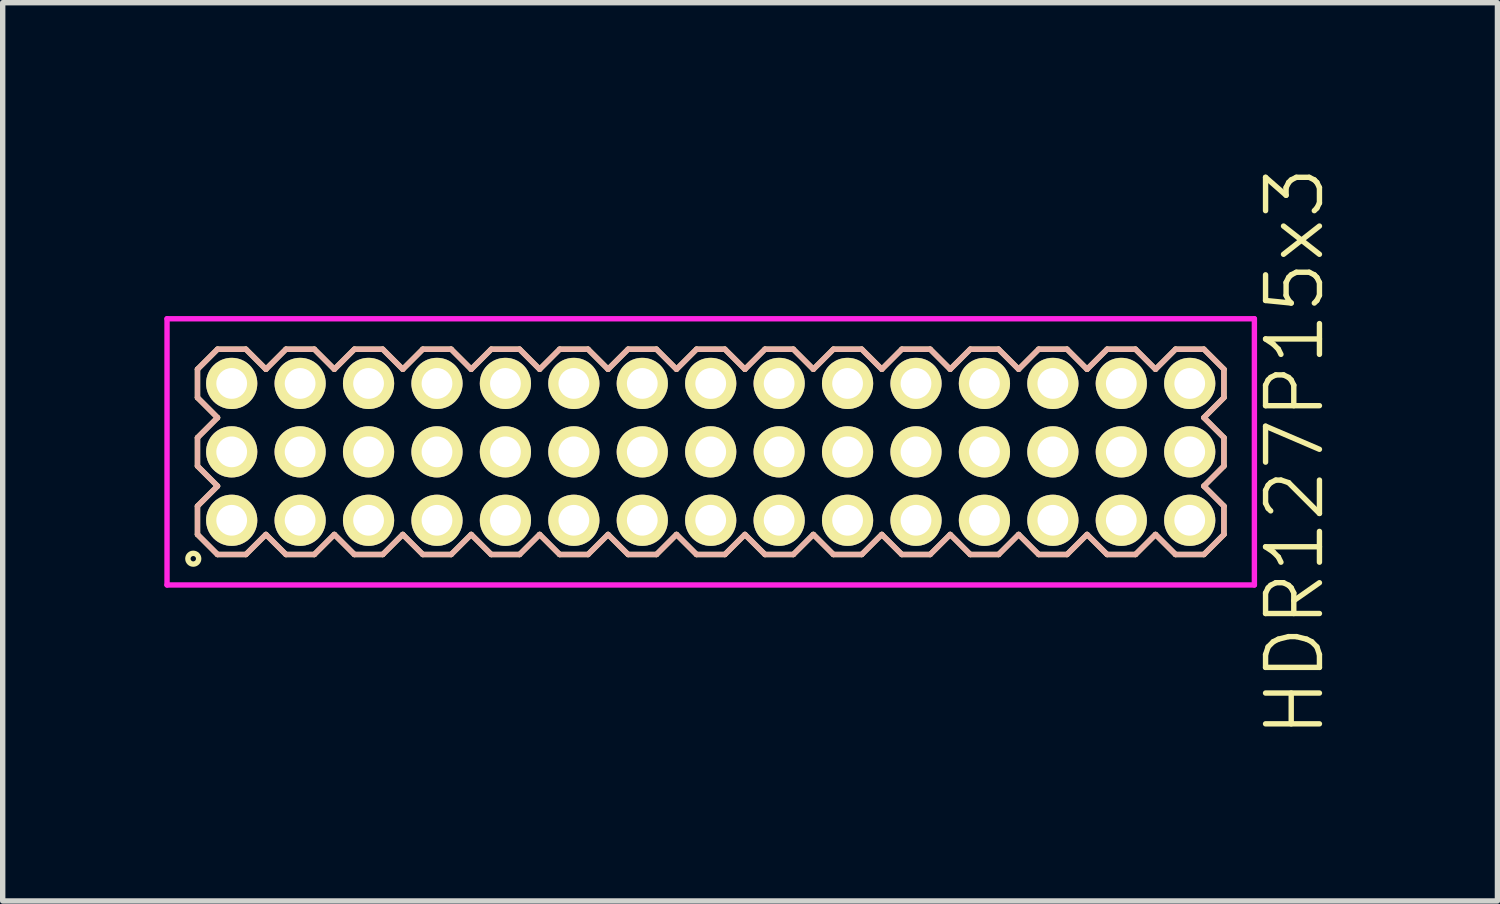
<source format=kicad_pcb>
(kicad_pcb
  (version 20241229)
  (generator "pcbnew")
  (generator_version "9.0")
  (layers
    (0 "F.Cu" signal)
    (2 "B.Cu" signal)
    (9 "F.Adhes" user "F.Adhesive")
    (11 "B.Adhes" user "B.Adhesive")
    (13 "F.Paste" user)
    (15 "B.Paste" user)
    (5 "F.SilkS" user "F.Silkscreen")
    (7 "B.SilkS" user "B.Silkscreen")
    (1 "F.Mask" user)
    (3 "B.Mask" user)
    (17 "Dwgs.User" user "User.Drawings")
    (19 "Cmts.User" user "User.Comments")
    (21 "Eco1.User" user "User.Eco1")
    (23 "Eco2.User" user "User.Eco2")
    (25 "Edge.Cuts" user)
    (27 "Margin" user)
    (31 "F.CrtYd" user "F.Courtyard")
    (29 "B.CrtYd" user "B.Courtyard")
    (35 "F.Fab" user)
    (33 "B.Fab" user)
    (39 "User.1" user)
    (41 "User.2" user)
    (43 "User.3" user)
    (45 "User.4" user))
  (footprint "HDR127P15x3"
    (layer "F.Cu")
    (at 10.14 5.336)
    (property "Reference" "HDR127P15x3" (at 10.84 0 90) (layer "F.SilkS") (effects (font (size 1 1) (thickness 0.1))))
    (attr through_hole)
    (fp_line (start -9.525 -1.533) (end -9.153 -1.905) (stroke (width 0.1) (type solid)) (layer "F.SilkS"))
    (fp_line (start -9.525 -1.007) (end -9.525 -1.533) (stroke (width 0.1) (type solid)) (layer "F.SilkS"))
    (fp_line (start -9.525 -0.263) (end -9.153 -0.635) (stroke (width 0.1) (type solid)) (layer "F.SilkS"))
    (fp_line (start -9.525 0.263) (end -9.525 -0.263) (stroke (width 0.1) (type solid)) (layer "F.SilkS"))
    (fp_line (start -9.525 1.007) (end -9.153 0.635) (stroke (width 0.1) (type solid)) (layer "F.SilkS"))
    (fp_line (start -9.525 1.533) (end -9.525 1.007) (stroke (width 0.1) (type solid)) (layer "F.SilkS"))
    (fp_line (start -9.153 -1.905) (end -8.627 -1.905) (stroke (width 0.1) (type solid)) (layer "F.SilkS"))
    (fp_line (start -9.153 -0.635) (end -9.525 -1.007) (stroke (width 0.1) (type solid)) (layer "F.SilkS"))
    (fp_line (start -9.153 0.635) (end -9.525 0.263) (stroke (width 0.1) (type solid)) (layer "F.SilkS"))
    (fp_line (start -9.153 1.905) (end -9.525 1.533) (stroke (width 0.1) (type solid)) (layer "F.SilkS"))
    (fp_line (start -8.627 -1.905) (end -8.255 -1.533) (stroke (width 0.1) (type solid)) (layer "F.SilkS"))
    (fp_line (start -8.627 1.905) (end -9.153 1.905) (stroke (width 0.1) (type solid)) (layer "F.SilkS"))
    (fp_line (start -8.255 -1.533) (end -7.883 -1.905) (stroke (width 0.1) (type solid)) (layer "F.SilkS"))
    (fp_line (start -8.255 1.533) (end -8.627 1.905) (stroke (width 0.1) (type solid)) (layer "F.SilkS"))
    (fp_line (start -7.883 -1.905) (end -7.357 -1.905) (stroke (width 0.1) (type solid)) (layer "F.SilkS"))
    (fp_line (start -7.883 1.905) (end -8.255 1.533) (stroke (width 0.1) (type solid)) (layer "F.SilkS"))
    (fp_line (start -7.357 -1.905) (end -6.985 -1.533) (stroke (width 0.1) (type solid)) (layer "F.SilkS"))
    (fp_line (start -7.357 1.905) (end -7.883 1.905) (stroke (width 0.1) (type solid)) (layer "F.SilkS"))
    (fp_line (start -6.985 -1.533) (end -6.613 -1.905) (stroke (width 0.1) (type solid)) (layer "F.SilkS"))
    (fp_line (start -6.985 1.533) (end -7.357 1.905) (stroke (width 0.1) (type solid)) (layer "F.SilkS"))
    (fp_line (start -6.613 -1.905) (end -6.087 -1.905) (stroke (width 0.1) (type solid)) (layer "F.SilkS"))
    (fp_line (start -6.613 1.905) (end -6.985 1.533) (stroke (width 0.1) (type solid)) (layer "F.SilkS"))
    (fp_line (start -6.087 -1.905) (end -5.715 -1.533) (stroke (width 0.1) (type solid)) (layer "F.SilkS"))
    (fp_line (start -6.087 1.905) (end -6.613 1.905) (stroke (width 0.1) (type solid)) (layer "F.SilkS"))
    (fp_line (start -5.715 -1.533) (end -5.343 -1.905) (stroke (width 0.1) (type solid)) (layer "F.SilkS"))
    (fp_line (start -5.715 1.533) (end -6.087 1.905) (stroke (width 0.1) (type solid)) (layer "F.SilkS"))
    (fp_line (start -5.343 -1.905) (end -4.817 -1.905) (stroke (width 0.1) (type solid)) (layer "F.SilkS"))
    (fp_line (start -5.343 1.905) (end -5.715 1.533) (stroke (width 0.1) (type solid)) (layer "F.SilkS"))
    (fp_line (start -4.817 -1.905) (end -4.445 -1.533) (stroke (width 0.1) (type solid)) (layer "F.SilkS"))
    (fp_line (start -4.817 1.905) (end -5.343 1.905) (stroke (width 0.1) (type solid)) (layer "F.SilkS"))
    (fp_line (start -4.445 -1.533) (end -4.073 -1.905) (stroke (width 0.1) (type solid)) (layer "F.SilkS"))
    (fp_line (start -4.445 1.533) (end -4.817 1.905) (stroke (width 0.1) (type solid)) (layer "F.SilkS"))
    (fp_line (start -4.073 -1.905) (end -3.547 -1.905) (stroke (width 0.1) (type solid)) (layer "F.SilkS"))
    (fp_line (start -4.073 1.905) (end -4.445 1.533) (stroke (width 0.1) (type solid)) (layer "F.SilkS"))
    (fp_line (start -3.547 -1.905) (end -3.175 -1.533) (stroke (width 0.1) (type solid)) (layer "F.SilkS"))
    (fp_line (start -3.547 1.905) (end -4.073 1.905) (stroke (width 0.1) (type solid)) (layer "F.SilkS"))
    (fp_line (start -3.175 -1.533) (end -2.803 -1.905) (stroke (width 0.1) (type solid)) (layer "F.SilkS"))
    (fp_line (start -3.175 1.533) (end -3.547 1.905) (stroke (width 0.1) (type solid)) (layer "F.SilkS"))
    (fp_line (start -2.803 -1.905) (end -2.277 -1.905) (stroke (width 0.1) (type solid)) (layer "F.SilkS"))
    (fp_line (start -2.803 1.905) (end -3.175 1.533) (stroke (width 0.1) (type solid)) (layer "F.SilkS"))
    (fp_line (start -2.277 -1.905) (end -1.905 -1.533) (stroke (width 0.1) (type solid)) (layer "F.SilkS"))
    (fp_line (start -2.277 1.905) (end -2.803 1.905) (stroke (width 0.1) (type solid)) (layer "F.SilkS"))
    (fp_line (start -1.905 -1.533) (end -1.533 -1.905) (stroke (width 0.1) (type solid)) (layer "F.SilkS"))
    (fp_line (start -1.905 1.533) (end -2.277 1.905) (stroke (width 0.1) (type solid)) (layer "F.SilkS"))
    (fp_line (start -1.533 -1.905) (end -1.007 -1.905) (stroke (width 0.1) (type solid)) (layer "F.SilkS"))
    (fp_line (start -1.533 1.905) (end -1.905 1.533) (stroke (width 0.1) (type solid)) (layer "F.SilkS"))
    (fp_line (start -1.007 -1.905) (end -0.635 -1.533) (stroke (width 0.1) (type solid)) (layer "F.SilkS"))
    (fp_line (start -1.007 1.905) (end -1.533 1.905) (stroke (width 0.1) (type solid)) (layer "F.SilkS"))
    (fp_line (start -0.635 -1.533) (end -0.263 -1.905) (stroke (width 0.1) (type solid)) (layer "F.SilkS"))
    (fp_line (start -0.635 1.533) (end -1.007 1.905) (stroke (width 0.1) (type solid)) (layer "F.SilkS"))
    (fp_line (start -0.263 -1.905) (end 0.263 -1.905) (stroke (width 0.1) (type solid)) (layer "F.SilkS"))
    (fp_line (start -0.263 1.905) (end -0.635 1.533) (stroke (width 0.1) (type solid)) (layer "F.SilkS"))
    (fp_line (start 0.263 -1.905) (end 0.635 -1.533) (stroke (width 0.1) (type solid)) (layer "F.SilkS"))
    (fp_line (start 0.263 1.905) (end -0.263 1.905) (stroke (width 0.1) (type solid)) (layer "F.SilkS"))
    (fp_line (start 0.635 -1.533) (end 1.007 -1.905) (stroke (width 0.1) (type solid)) (layer "F.SilkS"))
    (fp_line (start 0.635 1.533) (end 0.263 1.905) (stroke (width 0.1) (type solid)) (layer "F.SilkS"))
    (fp_line (start 1.007 -1.905) (end 1.533 -1.905) (stroke (width 0.1) (type solid)) (layer "F.SilkS"))
    (fp_line (start 1.007 1.905) (end 0.635 1.533) (stroke (width 0.1) (type solid)) (layer "F.SilkS"))
    (fp_line (start 1.533 -1.905) (end 1.905 -1.533) (stroke (width 0.1) (type solid)) (layer "F.SilkS"))
    (fp_line (start 1.533 1.905) (end 1.007 1.905) (stroke (width 0.1) (type solid)) (layer "F.SilkS"))
    (fp_line (start 1.905 -1.533) (end 2.277 -1.905) (stroke (width 0.1) (type solid)) (layer "F.SilkS"))
    (fp_line (start 1.905 1.533) (end 1.533 1.905) (stroke (width 0.1) (type solid)) (layer "F.SilkS"))
    (fp_line (start 2.277 -1.905) (end 2.803 -1.905) (stroke (width 0.1) (type solid)) (layer "F.SilkS"))
    (fp_line (start 2.277 1.905) (end 1.905 1.533) (stroke (width 0.1) (type solid)) (layer "F.SilkS"))
    (fp_line (start 2.803 -1.905) (end 3.175 -1.533) (stroke (width 0.1) (type solid)) (layer "F.SilkS"))
    (fp_line (start 2.803 1.905) (end 2.277 1.905) (stroke (width 0.1) (type solid)) (layer "F.SilkS"))
    (fp_line (start 3.175 -1.533) (end 3.547 -1.905) (stroke (width 0.1) (type solid)) (layer "F.SilkS"))
    (fp_line (start 3.175 1.533) (end 2.803 1.905) (stroke (width 0.1) (type solid)) (layer "F.SilkS"))
    (fp_line (start 3.547 -1.905) (end 4.073 -1.905) (stroke (width 0.1) (type solid)) (layer "F.SilkS"))
    (fp_line (start 3.547 1.905) (end 3.175 1.533) (stroke (width 0.1) (type solid)) (layer "F.SilkS"))
    (fp_line (start 4.073 -1.905) (end 4.445 -1.533) (stroke (width 0.1) (type solid)) (layer "F.SilkS"))
    (fp_line (start 4.073 1.905) (end 3.547 1.905) (stroke (width 0.1) (type solid)) (layer "F.SilkS"))
    (fp_line (start 4.445 -1.533) (end 4.817 -1.905) (stroke (width 0.1) (type solid)) (layer "F.SilkS"))
    (fp_line (start 4.445 1.533) (end 4.073 1.905) (stroke (width 0.1) (type solid)) (layer "F.SilkS"))
    (fp_line (start 4.817 -1.905) (end 5.343 -1.905) (stroke (width 0.1) (type solid)) (layer "F.SilkS"))
    (fp_line (start 4.817 1.905) (end 4.445 1.533) (stroke (width 0.1) (type solid)) (layer "F.SilkS"))
    (fp_line (start 5.343 -1.905) (end 5.715 -1.533) (stroke (width 0.1) (type solid)) (layer "F.SilkS"))
    (fp_line (start 5.343 1.905) (end 4.817 1.905) (stroke (width 0.1) (type solid)) (layer "F.SilkS"))
    (fp_line (start 5.715 -1.533) (end 6.087 -1.905) (stroke (width 0.1) (type solid)) (layer "F.SilkS"))
    (fp_line (start 5.715 1.533) (end 5.343 1.905) (stroke (width 0.1) (type solid)) (layer "F.SilkS"))
    (fp_line (start 6.087 -1.905) (end 6.613 -1.905) (stroke (width 0.1) (type solid)) (layer "F.SilkS"))
    (fp_line (start 6.087 1.905) (end 5.715 1.533) (stroke (width 0.1) (type solid)) (layer "F.SilkS"))
    (fp_line (start 6.613 -1.905) (end 6.985 -1.533) (stroke (width 0.1) (type solid)) (layer "F.SilkS"))
    (fp_line (start 6.613 1.905) (end 6.087 1.905) (stroke (width 0.1) (type solid)) (layer "F.SilkS"))
    (fp_line (start 6.985 -1.533) (end 7.357 -1.905) (stroke (width 0.1) (type solid)) (layer "F.SilkS"))
    (fp_line (start 6.985 1.533) (end 6.613 1.905) (stroke (width 0.1) (type solid)) (layer "F.SilkS"))
    (fp_line (start 7.357 -1.905) (end 7.883 -1.905) (stroke (width 0.1) (type solid)) (layer "F.SilkS"))
    (fp_line (start 7.357 1.905) (end 6.985 1.533) (stroke (width 0.1) (type solid)) (layer "F.SilkS"))
    (fp_line (start 7.883 -1.905) (end 8.255 -1.533) (stroke (width 0.1) (type solid)) (layer "F.SilkS"))
    (fp_line (start 7.883 1.905) (end 7.357 1.905) (stroke (width 0.1) (type solid)) (layer "F.SilkS"))
    (fp_line (start 8.255 -1.533) (end 8.627 -1.905) (stroke (width 0.1) (type solid)) (layer "F.SilkS"))
    (fp_line (start 8.255 1.533) (end 7.883 1.905) (stroke (width 0.1) (type solid)) (layer "F.SilkS"))
    (fp_line (start 8.627 -1.905) (end 9.153 -1.905) (stroke (width 0.1) (type solid)) (layer "F.SilkS"))
    (fp_line (start 8.627 1.905) (end 8.255 1.533) (stroke (width 0.1) (type solid)) (layer "F.SilkS"))
    (fp_line (start 9.153 -1.905) (end 9.525 -1.533) (stroke (width 0.1) (type solid)) (layer "F.SilkS"))
    (fp_line (start 9.153 -0.635) (end 9.525 -0.263) (stroke (width 0.1) (type solid)) (layer "F.SilkS"))
    (fp_line (start 9.153 0.635) (end 9.525 1.007) (stroke (width 0.1) (type solid)) (layer "F.SilkS"))
    (fp_line (start 9.153 1.905) (end 8.627 1.905) (stroke (width 0.1) (type solid)) (layer "F.SilkS"))
    (fp_line (start 9.525 -1.533) (end 9.525 -1.007) (stroke (width 0.1) (type solid)) (layer "F.SilkS"))
    (fp_line (start 9.525 -1.007) (end 9.153 -0.635) (stroke (width 0.1) (type solid)) (layer "F.SilkS"))
    (fp_line (start 9.525 -0.263) (end 9.525 0.263) (stroke (width 0.1) (type solid)) (layer "F.SilkS"))
    (fp_line (start 9.525 0.263) (end 9.153 0.635) (stroke (width 0.1) (type solid)) (layer "F.SilkS"))
    (fp_line (start 9.525 1.007) (end 9.525 1.533) (stroke (width 0.1) (type solid)) (layer "F.SilkS"))
    (fp_line (start 9.525 1.533) (end 9.153 1.905) (stroke (width 0.1) (type solid)) (layer "F.SilkS"))
    (fp_circle (center -9.603 1.983) (end -9.503 1.983) (stroke (width 0.1) (type solid)) (fill no) (layer "F.SilkS"))
    (fp_line (start -9.525 -1.533) (end -9.153 -1.905) (stroke (width 0.1) (type solid)) (layer "B.SilkS"))
    (fp_line (start -9.525 -1.007) (end -9.525 -1.533) (stroke (width 0.1) (type solid)) (layer "B.SilkS"))
    (fp_line (start -9.525 -0.263) (end -9.153 -0.635) (stroke (width 0.1) (type solid)) (layer "B.SilkS"))
    (fp_line (start -9.525 0.263) (end -9.525 -0.263) (stroke (width 0.1) (type solid)) (layer "B.SilkS"))
    (fp_line (start -9.525 1.007) (end -9.153 0.635) (stroke (width 0.1) (type solid)) (layer "B.SilkS"))
    (fp_line (start -9.525 1.533) (end -9.525 1.007) (stroke (width 0.1) (type solid)) (layer "B.SilkS"))
    (fp_line (start -9.153 -1.905) (end -8.627 -1.905) (stroke (width 0.1) (type solid)) (layer "B.SilkS"))
    (fp_line (start -9.153 -0.635) (end -9.525 -1.007) (stroke (width 0.1) (type solid)) (layer "B.SilkS"))
    (fp_line (start -9.153 0.635) (end -9.525 0.263) (stroke (width 0.1) (type solid)) (layer "B.SilkS"))
    (fp_line (start -9.153 1.905) (end -9.525 1.533) (stroke (width 0.1) (type solid)) (layer "B.SilkS"))
    (fp_line (start -8.627 -1.905) (end -8.255 -1.533) (stroke (width 0.1) (type solid)) (layer "B.SilkS"))
    (fp_line (start -8.627 1.905) (end -9.153 1.905) (stroke (width 0.1) (type solid)) (layer "B.SilkS"))
    (fp_line (start -8.255 -1.533) (end -7.883 -1.905) (stroke (width 0.1) (type solid)) (layer "B.SilkS"))
    (fp_line (start -8.255 1.533) (end -8.627 1.905) (stroke (width 0.1) (type solid)) (layer "B.SilkS"))
    (fp_line (start -7.883 -1.905) (end -7.357 -1.905) (stroke (width 0.1) (type solid)) (layer "B.SilkS"))
    (fp_line (start -7.883 1.905) (end -8.255 1.533) (stroke (width 0.1) (type solid)) (layer "B.SilkS"))
    (fp_line (start -7.357 -1.905) (end -6.985 -1.533) (stroke (width 0.1) (type solid)) (layer "B.SilkS"))
    (fp_line (start -7.357 1.905) (end -7.883 1.905) (stroke (width 0.1) (type solid)) (layer "B.SilkS"))
    (fp_line (start -6.985 -1.533) (end -6.613 -1.905) (stroke (width 0.1) (type solid)) (layer "B.SilkS"))
    (fp_line (start -6.985 1.533) (end -7.357 1.905) (stroke (width 0.1) (type solid)) (layer "B.SilkS"))
    (fp_line (start -6.613 -1.905) (end -6.087 -1.905) (stroke (width 0.1) (type solid)) (layer "B.SilkS"))
    (fp_line (start -6.613 1.905) (end -6.985 1.533) (stroke (width 0.1) (type solid)) (layer "B.SilkS"))
    (fp_line (start -6.087 -1.905) (end -5.715 -1.533) (stroke (width 0.1) (type solid)) (layer "B.SilkS"))
    (fp_line (start -6.087 1.905) (end -6.613 1.905) (stroke (width 0.1) (type solid)) (layer "B.SilkS"))
    (fp_line (start -5.715 -1.533) (end -5.343 -1.905) (stroke (width 0.1) (type solid)) (layer "B.SilkS"))
    (fp_line (start -5.715 1.533) (end -6.087 1.905) (stroke (width 0.1) (type solid)) (layer "B.SilkS"))
    (fp_line (start -5.343 -1.905) (end -4.817 -1.905) (stroke (width 0.1) (type solid)) (layer "B.SilkS"))
    (fp_line (start -5.343 1.905) (end -5.715 1.533) (stroke (width 0.1) (type solid)) (layer "B.SilkS"))
    (fp_line (start -4.817 -1.905) (end -4.445 -1.533) (stroke (width 0.1) (type solid)) (layer "B.SilkS"))
    (fp_line (start -4.817 1.905) (end -5.343 1.905) (stroke (width 0.1) (type solid)) (layer "B.SilkS"))
    (fp_line (start -4.445 -1.533) (end -4.073 -1.905) (stroke (width 0.1) (type solid)) (layer "B.SilkS"))
    (fp_line (start -4.445 1.533) (end -4.817 1.905) (stroke (width 0.1) (type solid)) (layer "B.SilkS"))
    (fp_line (start -4.073 -1.905) (end -3.547 -1.905) (stroke (width 0.1) (type solid)) (layer "B.SilkS"))
    (fp_line (start -4.073 1.905) (end -4.445 1.533) (stroke (width 0.1) (type solid)) (layer "B.SilkS"))
    (fp_line (start -3.547 -1.905) (end -3.175 -1.533) (stroke (width 0.1) (type solid)) (layer "B.SilkS"))
    (fp_line (start -3.547 1.905) (end -4.073 1.905) (stroke (width 0.1) (type solid)) (layer "B.SilkS"))
    (fp_line (start -3.175 -1.533) (end -2.803 -1.905) (stroke (width 0.1) (type solid)) (layer "B.SilkS"))
    (fp_line (start -3.175 1.533) (end -3.547 1.905) (stroke (width 0.1) (type solid)) (layer "B.SilkS"))
    (fp_line (start -2.803 -1.905) (end -2.277 -1.905) (stroke (width 0.1) (type solid)) (layer "B.SilkS"))
    (fp_line (start -2.803 1.905) (end -3.175 1.533) (stroke (width 0.1) (type solid)) (layer "B.SilkS"))
    (fp_line (start -2.277 -1.905) (end -1.905 -1.533) (stroke (width 0.1) (type solid)) (layer "B.SilkS"))
    (fp_line (start -2.277 1.905) (end -2.803 1.905) (stroke (width 0.1) (type solid)) (layer "B.SilkS"))
    (fp_line (start -1.905 -1.533) (end -1.533 -1.905) (stroke (width 0.1) (type solid)) (layer "B.SilkS"))
    (fp_line (start -1.905 1.533) (end -2.277 1.905) (stroke (width 0.1) (type solid)) (layer "B.SilkS"))
    (fp_line (start -1.533 -1.905) (end -1.007 -1.905) (stroke (width 0.1) (type solid)) (layer "B.SilkS"))
    (fp_line (start -1.533 1.905) (end -1.905 1.533) (stroke (width 0.1) (type solid)) (layer "B.SilkS"))
    (fp_line (start -1.007 -1.905) (end -0.635 -1.533) (stroke (width 0.1) (type solid)) (layer "B.SilkS"))
    (fp_line (start -1.007 1.905) (end -1.533 1.905) (stroke (width 0.1) (type solid)) (layer "B.SilkS"))
    (fp_line (start -0.635 -1.533) (end -0.263 -1.905) (stroke (width 0.1) (type solid)) (layer "B.SilkS"))
    (fp_line (start -0.635 1.533) (end -1.007 1.905) (stroke (width 0.1) (type solid)) (layer "B.SilkS"))
    (fp_line (start -0.263 -1.905) (end 0.263 -1.905) (stroke (width 0.1) (type solid)) (layer "B.SilkS"))
    (fp_line (start -0.263 1.905) (end -0.635 1.533) (stroke (width 0.1) (type solid)) (layer "B.SilkS"))
    (fp_line (start 0.263 -1.905) (end 0.635 -1.533) (stroke (width 0.1) (type solid)) (layer "B.SilkS"))
    (fp_line (start 0.263 1.905) (end -0.263 1.905) (stroke (width 0.1) (type solid)) (layer "B.SilkS"))
    (fp_line (start 0.635 -1.533) (end 1.007 -1.905) (stroke (width 0.1) (type solid)) (layer "B.SilkS"))
    (fp_line (start 0.635 1.533) (end 0.263 1.905) (stroke (width 0.1) (type solid)) (layer "B.SilkS"))
    (fp_line (start 1.007 -1.905) (end 1.533 -1.905) (stroke (width 0.1) (type solid)) (layer "B.SilkS"))
    (fp_line (start 1.007 1.905) (end 0.635 1.533) (stroke (width 0.1) (type solid)) (layer "B.SilkS"))
    (fp_line (start 1.533 -1.905) (end 1.905 -1.533) (stroke (width 0.1) (type solid)) (layer "B.SilkS"))
    (fp_line (start 1.533 1.905) (end 1.007 1.905) (stroke (width 0.1) (type solid)) (layer "B.SilkS"))
    (fp_line (start 1.905 -1.533) (end 2.277 -1.905) (stroke (width 0.1) (type solid)) (layer "B.SilkS"))
    (fp_line (start 1.905 1.533) (end 1.533 1.905) (stroke (width 0.1) (type solid)) (layer "B.SilkS"))
    (fp_line (start 2.277 -1.905) (end 2.803 -1.905) (stroke (width 0.1) (type solid)) (layer "B.SilkS"))
    (fp_line (start 2.277 1.905) (end 1.905 1.533) (stroke (width 0.1) (type solid)) (layer "B.SilkS"))
    (fp_line (start 2.803 -1.905) (end 3.175 -1.533) (stroke (width 0.1) (type solid)) (layer "B.SilkS"))
    (fp_line (start 2.803 1.905) (end 2.277 1.905) (stroke (width 0.1) (type solid)) (layer "B.SilkS"))
    (fp_line (start 3.175 -1.533) (end 3.547 -1.905) (stroke (width 0.1) (type solid)) (layer "B.SilkS"))
    (fp_line (start 3.175 1.533) (end 2.803 1.905) (stroke (width 0.1) (type solid)) (layer "B.SilkS"))
    (fp_line (start 3.547 -1.905) (end 4.073 -1.905) (stroke (width 0.1) (type solid)) (layer "B.SilkS"))
    (fp_line (start 3.547 1.905) (end 3.175 1.533) (stroke (width 0.1) (type solid)) (layer "B.SilkS"))
    (fp_line (start 4.073 -1.905) (end 4.445 -1.533) (stroke (width 0.1) (type solid)) (layer "B.SilkS"))
    (fp_line (start 4.073 1.905) (end 3.547 1.905) (stroke (width 0.1) (type solid)) (layer "B.SilkS"))
    (fp_line (start 4.445 -1.533) (end 4.817 -1.905) (stroke (width 0.1) (type solid)) (layer "B.SilkS"))
    (fp_line (start 4.445 1.533) (end 4.073 1.905) (stroke (width 0.1) (type solid)) (layer "B.SilkS"))
    (fp_line (start 4.817 -1.905) (end 5.343 -1.905) (stroke (width 0.1) (type solid)) (layer "B.SilkS"))
    (fp_line (start 4.817 1.905) (end 4.445 1.533) (stroke (width 0.1) (type solid)) (layer "B.SilkS"))
    (fp_line (start 5.343 -1.905) (end 5.715 -1.533) (stroke (width 0.1) (type solid)) (layer "B.SilkS"))
    (fp_line (start 5.343 1.905) (end 4.817 1.905) (stroke (width 0.1) (type solid)) (layer "B.SilkS"))
    (fp_line (start 5.715 -1.533) (end 6.087 -1.905) (stroke (width 0.1) (type solid)) (layer "B.SilkS"))
    (fp_line (start 5.715 1.533) (end 5.343 1.905) (stroke (width 0.1) (type solid)) (layer "B.SilkS"))
    (fp_line (start 6.087 -1.905) (end 6.613 -1.905) (stroke (width 0.1) (type solid)) (layer "B.SilkS"))
    (fp_line (start 6.087 1.905) (end 5.715 1.533) (stroke (width 0.1) (type solid)) (layer "B.SilkS"))
    (fp_line (start 6.613 -1.905) (end 6.985 -1.533) (stroke (width 0.1) (type solid)) (layer "B.SilkS"))
    (fp_line (start 6.613 1.905) (end 6.087 1.905) (stroke (width 0.1) (type solid)) (layer "B.SilkS"))
    (fp_line (start 6.985 -1.533) (end 7.357 -1.905) (stroke (width 0.1) (type solid)) (layer "B.SilkS"))
    (fp_line (start 6.985 1.533) (end 6.613 1.905) (stroke (width 0.1) (type solid)) (layer "B.SilkS"))
    (fp_line (start 7.357 -1.905) (end 7.883 -1.905) (stroke (width 0.1) (type solid)) (layer "B.SilkS"))
    (fp_line (start 7.357 1.905) (end 6.985 1.533) (stroke (width 0.1) (type solid)) (layer "B.SilkS"))
    (fp_line (start 7.883 -1.905) (end 8.255 -1.533) (stroke (width 0.1) (type solid)) (layer "B.SilkS"))
    (fp_line (start 7.883 1.905) (end 7.357 1.905) (stroke (width 0.1) (type solid)) (layer "B.SilkS"))
    (fp_line (start 8.255 -1.533) (end 8.627 -1.905) (stroke (width 0.1) (type solid)) (layer "B.SilkS"))
    (fp_line (start 8.255 1.533) (end 7.883 1.905) (stroke (width 0.1) (type solid)) (layer "B.SilkS"))
    (fp_line (start 8.627 -1.905) (end 9.153 -1.905) (stroke (width 0.1) (type solid)) (layer "B.SilkS"))
    (fp_line (start 8.627 1.905) (end 8.255 1.533) (stroke (width 0.1) (type solid)) (layer "B.SilkS"))
    (fp_line (start 9.153 -1.905) (end 9.525 -1.533) (stroke (width 0.1) (type solid)) (layer "B.SilkS"))
    (fp_line (start 9.153 -0.635) (end 9.525 -0.263) (stroke (width 0.1) (type solid)) (layer "B.SilkS"))
    (fp_line (start 9.153 0.635) (end 9.525 1.007) (stroke (width 0.1) (type solid)) (layer "B.SilkS"))
    (fp_line (start 9.153 1.905) (end 8.627 1.905) (stroke (width 0.1) (type solid)) (layer "B.SilkS"))
    (fp_line (start 9.525 -1.533) (end 9.525 -1.007) (stroke (width 0.1) (type solid)) (layer "B.SilkS"))
    (fp_line (start 9.525 -1.007) (end 9.153 -0.635) (stroke (width 0.1) (type solid)) (layer "B.SilkS"))
    (fp_line (start 9.525 -0.263) (end 9.525 0.263) (stroke (width 0.1) (type solid)) (layer "B.SilkS"))
    (fp_line (start 9.525 0.263) (end 9.153 0.635) (stroke (width 0.1) (type solid)) (layer "B.SilkS"))
    (fp_line (start 9.525 1.007) (end 9.525 1.533) (stroke (width 0.1) (type solid)) (layer "B.SilkS"))
    (fp_line (start 9.525 1.533) (end 9.153 1.905) (stroke (width 0.1) (type solid)) (layer "B.SilkS"))
    (fp_line (start -10.09 -2.47) (end -10.09 2.47) (stroke (width 0.1) (type solid)) (layer "F.CrtYd"))
    (fp_line (start -10.09 2.47) (end 10.09 2.47) (stroke (width 0.1) (type solid)) (layer "F.CrtYd"))
    (fp_line (start 10.09 -2.47) (end -10.09 -2.47) (stroke (width 0.1) (type solid)) (layer "F.CrtYd"))
    (fp_line (start 10.09 2.47) (end 10.09 -2.47) (stroke (width 0.1) (type solid)) (layer "F.CrtYd"))
    (pad "1" thru_hole oval (at -8.89 1.27) (size 0.95 0.95) (drill 0.57) (layers "*.Cu" "*.Mask" "F.SilkS"))
    (pad "2" thru_hole oval (at -8.89 0) (size 0.95 0.95) (drill 0.57) (layers "*.Cu" "*.Mask" "F.SilkS"))
    (pad "3" thru_hole oval (at -8.89 -1.27) (size 0.95 0.95) (drill 0.57) (layers "*.Cu" "*.Mask" "F.SilkS"))
    (pad "4" thru_hole oval (at -7.62 1.27) (size 0.95 0.95) (drill 0.57) (layers "*.Cu" "*.Mask" "F.SilkS"))
    (pad "5" thru_hole oval (at -7.62 0) (size 0.95 0.95) (drill 0.57) (layers "*.Cu" "*.Mask" "F.SilkS"))
    (pad "6" thru_hole oval (at -7.62 -1.27) (size 0.95 0.95) (drill 0.57) (layers "*.Cu" "*.Mask" "F.SilkS"))
    (pad "7" thru_hole oval (at -6.35 1.27) (size 0.95 0.95) (drill 0.57) (layers "*.Cu" "*.Mask" "F.SilkS"))
    (pad "8" thru_hole oval (at -6.35 0) (size 0.95 0.95) (drill 0.57) (layers "*.Cu" "*.Mask" "F.SilkS"))
    (pad "9" thru_hole oval (at -6.35 -1.27) (size 0.95 0.95) (drill 0.57) (layers "*.Cu" "*.Mask" "F.SilkS"))
    (pad "10" thru_hole oval (at -5.08 1.27) (size 0.95 0.95) (drill 0.57) (layers "*.Cu" "*.Mask" "F.SilkS"))
    (pad "11" thru_hole oval (at -5.08 0) (size 0.95 0.95) (drill 0.57) (layers "*.Cu" "*.Mask" "F.SilkS"))
    (pad "12" thru_hole oval (at -5.08 -1.27) (size 0.95 0.95) (drill 0.57) (layers "*.Cu" "*.Mask" "F.SilkS"))
    (pad "13" thru_hole oval (at -3.81 1.27) (size 0.95 0.95) (drill 0.57) (layers "*.Cu" "*.Mask" "F.SilkS"))
    (pad "14" thru_hole oval (at -3.81 0) (size 0.95 0.95) (drill 0.57) (layers "*.Cu" "*.Mask" "F.SilkS"))
    (pad "15" thru_hole oval (at -3.81 -1.27) (size 0.95 0.95) (drill 0.57) (layers "*.Cu" "*.Mask" "F.SilkS"))
    (pad "16" thru_hole oval (at -2.54 1.27) (size 0.95 0.95) (drill 0.57) (layers "*.Cu" "*.Mask" "F.SilkS"))
    (pad "17" thru_hole oval (at -2.54 0) (size 0.95 0.95) (drill 0.57) (layers "*.Cu" "*.Mask" "F.SilkS"))
    (pad "18" thru_hole oval (at -2.54 -1.27) (size 0.95 0.95) (drill 0.57) (layers "*.Cu" "*.Mask" "F.SilkS"))
    (pad "19" thru_hole oval (at -1.27 1.27) (size 0.95 0.95) (drill 0.57) (layers "*.Cu" "*.Mask" "F.SilkS"))
    (pad "20" thru_hole oval (at -1.27 0) (size 0.95 0.95) (drill 0.57) (layers "*.Cu" "*.Mask" "F.SilkS"))
    (pad "21" thru_hole oval (at -1.27 -1.27) (size 0.95 0.95) (drill 0.57) (layers "*.Cu" "*.Mask" "F.SilkS"))
    (pad "22" thru_hole oval (at 0 1.27) (size 0.95 0.95) (drill 0.57) (layers "*.Cu" "*.Mask" "F.SilkS"))
    (pad "23" thru_hole oval (at 0 0) (size 0.95 0.95) (drill 0.57) (layers "*.Cu" "*.Mask" "F.SilkS"))
    (pad "24" thru_hole oval (at 0 -1.27) (size 0.95 0.95) (drill 0.57) (layers "*.Cu" "*.Mask" "F.SilkS"))
    (pad "25" thru_hole oval (at 1.27 1.27) (size 0.95 0.95) (drill 0.57) (layers "*.Cu" "*.Mask" "F.SilkS"))
    (pad "26" thru_hole oval (at 1.27 0) (size 0.95 0.95) (drill 0.57) (layers "*.Cu" "*.Mask" "F.SilkS"))
    (pad "27" thru_hole oval (at 1.27 -1.27) (size 0.95 0.95) (drill 0.57) (layers "*.Cu" "*.Mask" "F.SilkS"))
    (pad "28" thru_hole oval (at 2.54 1.27) (size 0.95 0.95) (drill 0.57) (layers "*.Cu" "*.Mask" "F.SilkS"))
    (pad "29" thru_hole oval (at 2.54 0) (size 0.95 0.95) (drill 0.57) (layers "*.Cu" "*.Mask" "F.SilkS"))
    (pad "30" thru_hole oval (at 2.54 -1.27) (size 0.95 0.95) (drill 0.57) (layers "*.Cu" "*.Mask" "F.SilkS"))
    (pad "31" thru_hole oval (at 3.81 1.27) (size 0.95 0.95) (drill 0.57) (layers "*.Cu" "*.Mask" "F.SilkS"))
    (pad "32" thru_hole oval (at 3.81 0) (size 0.95 0.95) (drill 0.57) (layers "*.Cu" "*.Mask" "F.SilkS"))
    (pad "33" thru_hole oval (at 3.81 -1.27) (size 0.95 0.95) (drill 0.57) (layers "*.Cu" "*.Mask" "F.SilkS"))
    (pad "34" thru_hole oval (at 5.08 1.27) (size 0.95 0.95) (drill 0.57) (layers "*.Cu" "*.Mask" "F.SilkS"))
    (pad "35" thru_hole oval (at 5.08 0) (size 0.95 0.95) (drill 0.57) (layers "*.Cu" "*.Mask" "F.SilkS"))
    (pad "36" thru_hole oval (at 5.08 -1.27) (size 0.95 0.95) (drill 0.57) (layers "*.Cu" "*.Mask" "F.SilkS"))
    (pad "37" thru_hole oval (at 6.35 1.27) (size 0.95 0.95) (drill 0.57) (layers "*.Cu" "*.Mask" "F.SilkS"))
    (pad "38" thru_hole oval (at 6.35 0) (size 0.95 0.95) (drill 0.57) (layers "*.Cu" "*.Mask" "F.SilkS"))
    (pad "39" thru_hole oval (at 6.35 -1.27) (size 0.95 0.95) (drill 0.57) (layers "*.Cu" "*.Mask" "F.SilkS"))
    (pad "40" thru_hole oval (at 7.62 1.27) (size 0.95 0.95) (drill 0.57) (layers "*.Cu" "*.Mask" "F.SilkS"))
    (pad "41" thru_hole oval (at 7.62 0) (size 0.95 0.95) (drill 0.57) (layers "*.Cu" "*.Mask" "F.SilkS"))
    (pad "42" thru_hole oval (at 7.62 -1.27) (size 0.95 0.95) (drill 0.57) (layers "*.Cu" "*.Mask" "F.SilkS"))
    (pad "43" thru_hole oval (at 8.89 1.27) (size 0.95 0.95) (drill 0.57) (layers "*.Cu" "*.Mask" "F.SilkS"))
    (pad "44" thru_hole oval (at 8.89 0) (size 0.95 0.95) (drill 0.57) (layers "*.Cu" "*.Mask" "F.SilkS"))
    (pad "45" thru_hole oval (at 8.89 -1.27) (size 0.95 0.95) (drill 0.57) (layers "*.Cu" "*.Mask" "F.SilkS")))
  (gr_rect
    (start -3 -3)
    (end 24.741 13.671)
    (stroke (width 0.1) (type default))
    (fill no)
    (layer "Edge.Cuts")))
</source>
